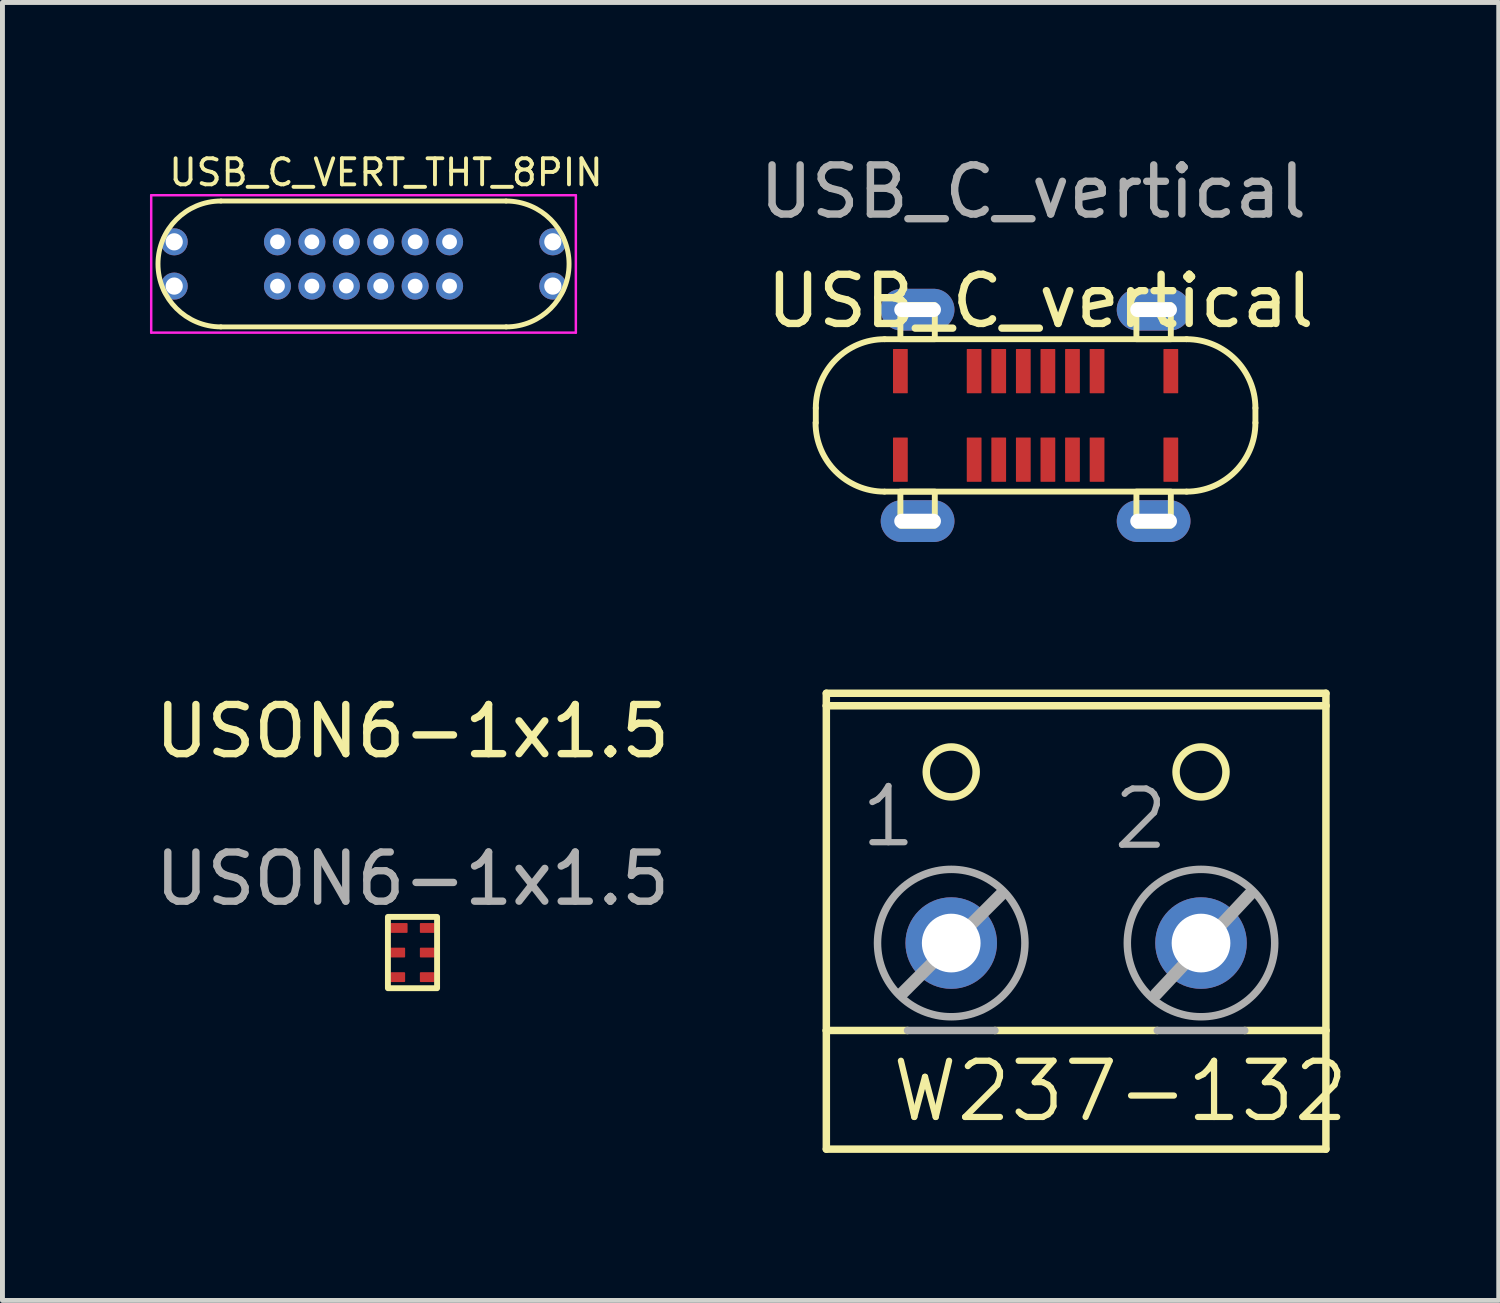
<source format=kicad_pcb>
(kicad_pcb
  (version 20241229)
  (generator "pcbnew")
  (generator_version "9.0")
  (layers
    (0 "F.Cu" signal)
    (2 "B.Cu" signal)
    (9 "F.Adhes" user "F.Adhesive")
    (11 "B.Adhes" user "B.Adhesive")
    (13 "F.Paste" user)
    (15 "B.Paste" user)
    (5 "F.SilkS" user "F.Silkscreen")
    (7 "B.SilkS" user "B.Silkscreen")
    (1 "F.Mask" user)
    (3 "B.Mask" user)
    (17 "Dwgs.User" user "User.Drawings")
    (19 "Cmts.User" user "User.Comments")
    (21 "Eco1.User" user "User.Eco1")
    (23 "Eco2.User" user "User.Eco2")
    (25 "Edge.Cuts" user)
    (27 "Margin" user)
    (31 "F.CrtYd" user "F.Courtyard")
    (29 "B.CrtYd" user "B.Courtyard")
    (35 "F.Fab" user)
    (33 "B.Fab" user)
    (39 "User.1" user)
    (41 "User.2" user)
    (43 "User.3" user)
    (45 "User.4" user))
  (footprint "USB_C_vertical"
    (layer "F.Cu")
    (at 18.011 5.398)
    (property "Reference" "USB_C_vertical" (at 0.1 -2.325 0) (unlocked yes) (layer "F.SilkS") (effects (font (size 1 1) (thickness 0.15))))
    (attr smd)
    (fp_line (start -4.47 -0.15) (end -4.47 0.15) (stroke (width 0.12) (type solid)) (layer "F.SilkS"))
    (fp_line (start -3.07 -1.55) (end 3.07 -1.55) (stroke (width 0.12) (type solid)) (layer "F.SilkS"))
    (fp_line (start -3.07 1.55) (end 3.07 1.55) (stroke (width 0.12) (type solid)) (layer "F.SilkS"))
    (fp_line (start 4.47 -0.15) (end 4.47 0.15) (stroke (width 0.12) (type solid)) (layer "F.SilkS"))
    (fp_rect (start -2.75 1.55) (end -2.05 2.245) (stroke (width 0.12) (type solid)) (fill no) (layer "F.SilkS"))
    (fp_rect (start -2.05 -1.55) (end -2.75 -2.245) (stroke (width 0.12) (type solid)) (fill no) (layer "F.SilkS"))
    (fp_rect (start 2.05 1.55) (end 2.75 2.245) (stroke (width 0.12) (type solid)) (fill no) (layer "F.SilkS"))
    (fp_rect (start 2.75 -1.55) (end 2.05 -2.245) (stroke (width 0.12) (type solid)) (fill no) (layer "F.SilkS"))
    (fp_arc (start -4.47 -0.15) (mid -4.059949 -1.139949) (end -3.07 -1.55) (stroke (width 0.12) (type solid)) (layer "F.SilkS"))
    (fp_arc (start -3.075 1.55) (mid -4.064949 1.139949) (end -4.475 0.15) (stroke (width 0.12) (type solid)) (layer "F.SilkS"))
    (fp_arc (start 3.07 -1.55) (mid 4.059949 -1.139949) (end 4.47 -0.15) (stroke (width 0.12) (type solid)) (layer "F.SilkS"))
    (fp_arc (start 4.47 0.15) (mid 4.059949 1.139949) (end 3.07 1.55) (stroke (width 0.12) (type solid)) (layer "F.SilkS"))
    (fp_text user "${REFERENCE}" (at -0.05 -4.55 0) (unlocked yes) (layer "F.Fab") (effects (font (size 1 1) (thickness 0.15))))
    (pad "0" thru_hole oval (at -2.4 -2.15 180) (size 1.5 0.85) (drill oval 0.95 0.3) (layers "*.Cu" "*.Mask"))
    (pad "0" thru_hole oval (at -2.4 2.15 180) (size 1.5 0.85) (drill oval 0.95 0.3) (layers "*.Cu" "*.Mask"))
    (pad "0" thru_hole oval (at 2.4 -2.15 180) (size 1.5 0.85) (drill oval 0.95 0.3) (layers "*.Cu" "*.Mask"))
    (pad "0" thru_hole oval (at 2.4 2.15 180) (size 1.5 0.85) (drill oval 0.95 0.3) (layers "*.Cu" "*.Mask"))
    (pad "A1" smd roundrect (at -2.75 -0.9 90) (size 0.9 0.3) (layers "F.Cu" "F.Mask" "F.Paste") (roundrect_rratio 0.033))
    (pad "A4" smd roundrect (at -1.25 -0.9 90) (size 0.9 0.3) (layers "F.Cu" "F.Mask" "F.Paste") (roundrect_rratio 0.033))
    (pad "A5" smd roundrect (at -0.75 -0.9 90) (size 0.9 0.3) (layers "F.Cu" "F.Mask" "F.Paste") (roundrect_rratio 0.033))
    (pad "A6" smd roundrect (at -0.25 -0.9 90) (size 0.9 0.3) (layers "F.Cu" "F.Mask" "F.Paste") (roundrect_rratio 0.033))
    (pad "A7" smd roundrect (at 0.25 -0.9 90) (size 0.9 0.3) (layers "F.Cu" "F.Mask" "F.Paste") (roundrect_rratio 0.033))
    (pad "A8" smd roundrect (at 0.75 -0.9 90) (size 0.9 0.3) (layers "F.Cu" "F.Mask" "F.Paste") (roundrect_rratio 0.033))
    (pad "A9" smd roundrect (at 1.25 -0.9 90) (size 0.9 0.3) (layers "F.Cu" "F.Mask" "F.Paste") (roundrect_rratio 0.033))
    (pad "A12" smd roundrect (at 2.75 -0.9 90) (size 0.9 0.3) (layers "F.Cu" "F.Mask" "F.Paste") (roundrect_rratio 0.033))
    (pad "B1" smd roundrect (at 2.75 0.9 90) (size 0.9 0.3) (layers "F.Cu" "F.Mask" "F.Paste") (roundrect_rratio 0.033))
    (pad "B4" smd roundrect (at 1.25 0.9 90) (size 0.9 0.3) (layers "F.Cu" "F.Mask" "F.Paste") (roundrect_rratio 0.033))
    (pad "B5" smd roundrect (at 0.75 0.9 90) (size 0.9 0.3) (layers "F.Cu" "F.Mask" "F.Paste") (roundrect_rratio 0.033))
    (pad "B6" smd roundrect (at 0.25 0.9 90) (size 0.9 0.3) (layers "F.Cu" "F.Mask" "F.Paste") (roundrect_rratio 0.033))
    (pad "B7" smd roundrect (at -0.25 0.9 90) (size 0.9 0.3) (layers "F.Cu" "F.Mask" "F.Paste") (roundrect_rratio 0.033))
    (pad "B8" smd roundrect (at -0.75 0.9 90) (size 0.9 0.3) (layers "F.Cu" "F.Mask" "F.Paste") (roundrect_rratio 0.033))
    (pad "B9" smd roundrect (at -1.25 0.9 90) (size 0.9 0.3) (layers "F.Cu" "F.Mask" "F.Paste") (roundrect_rratio 0.033))
    (pad "B12" smd roundrect (at -2.75 0.9 90) (size 0.9 0.3) (layers "F.Cu" "F.Mask" "F.Paste") (roundrect_rratio 0.033)))
  (footprint "USON6-1x1.5"
    (layer "F.Cu")
    (at 5.339 16.322)
    (property "Reference" "USON6-1x1.5" (at 0 -4.5 0) (unlocked yes) (layer "F.SilkS") (effects (font (size 1 1) (thickness 0.15))))
    (attr smd)
    (fp_rect (start 0.5 -0.725) (end -0.5 0.725) (stroke (width 0.12) (type solid)) (fill no) (layer "F.SilkS"))
    (fp_text user "${REFERENCE}" (at 0 -1.5 0) (unlocked yes) (layer "F.Fab") (effects (font (size 1 1) (thickness 0.15))))
    (pad "1" smd roundrect (at -0.275 -0.5) (size 0.35 0.2) (layers "F.Cu" "F.Mask" "F.Paste") (roundrect_rratio 0.085))
    (pad "2" smd roundrect (at -0.3 0) (size 0.3 0.2) (layers "F.Cu" "F.Mask" "F.Paste") (roundrect_rratio 0.085))
    (pad "3" smd roundrect (at -0.3 0.5) (size 0.3 0.2) (layers "F.Cu" "F.Mask" "F.Paste") (roundrect_rratio 0.085))
    (pad "4" smd roundrect (at 0.3 0.5) (size 0.3 0.2) (layers "F.Cu" "F.Mask" "F.Paste") (roundrect_rratio 0.085))
    (pad "5" smd roundrect (at 0.3 0) (size 0.3 0.2) (layers "F.Cu" "F.Mask" "F.Paste") (roundrect_rratio 0.085))
    (pad "6" smd roundrect (at 0.3 -0.5) (size 0.3 0.2) (layers "F.Cu" "F.Mask" "F.Paste") (roundrect_rratio 0.085)))
  (footprint "USB_C_VERT_THT_8PIN"
    (layer "F.Cu")
    (at 4.343 2.318)
    (property "Reference" "USB_C_VERT_THT_8PIN" (at -4 -1.55 0) (layer "F.SilkS") (effects (font (size 0.53 0.53) (thickness 0.079)) (justify left bottom)))
    (fp_line (start -2.9 -1.28) (end 2.9 -1.28) (stroke (width 0.1) (type solid)) (layer "F.SilkS"))
    (fp_line (start -2.9 1.28) (end 2.9 1.28) (stroke (width 0.1) (type solid)) (layer "F.SilkS"))
    (fp_arc (start -2.9 1.28) (mid -4.18 0) (end -2.9 -1.28) (stroke (width 0.1) (type solid)) (layer "F.SilkS"))
    (fp_arc (start 2.9 -1.28) (mid 4.18 0) (end 2.9 1.28) (stroke (width 0.1) (type solid)) (layer "F.SilkS"))
    (fp_line (start -4.318 -1.397) (end 4.318 -1.397) (stroke (width 0.05) (type solid)) (layer "F.CrtYd"))
    (fp_line (start -4.318 1.397) (end -4.318 -1.397) (stroke (width 0.05) (type solid)) (layer "F.CrtYd"))
    (fp_line (start 4.318 -1.397) (end 4.318 1.397) (stroke (width 0.05) (type solid)) (layer "F.CrtYd"))
    (fp_line (start 4.318 1.397) (end -4.318 1.397) (stroke (width 0.05) (type solid)) (layer "F.CrtYd"))
    (pad "A1" thru_hole circle (at -3.85 -0.45 270) (size 0.55 0.55) (drill 0.35) (layers "*.Cu" "*.Mask"))
    (pad "A4" thru_hole circle (at -1.75 -0.45 270) (size 0.55 0.55) (drill 0.3) (layers "*.Cu" "*.Mask"))
    (pad "A5" thru_hole circle (at -1.05 -0.45 270) (size 0.55 0.55) (drill 0.3) (layers "*.Cu" "*.Mask"))
    (pad "A6" thru_hole circle (at -0.35 -0.45 270) (size 0.55 0.55) (drill 0.3) (layers "*.Cu" "*.Mask"))
    (pad "A7" thru_hole circle (at 0.35 -0.45 270) (size 0.55 0.55) (drill 0.3) (layers "*.Cu" "*.Mask"))
    (pad "A8" thru_hole circle (at 1.05 -0.45 270) (size 0.55 0.55) (drill 0.3) (layers "*.Cu" "*.Mask"))
    (pad "A9" thru_hole circle (at 1.75 -0.45 270) (size 0.55 0.55) (drill 0.3) (layers "*.Cu" "*.Mask"))
    (pad "A12" thru_hole circle (at 3.85 -0.45 270) (size 0.55 0.55) (drill 0.35) (layers "*.Cu" "*.Mask"))
    (pad "B1" thru_hole circle (at 3.85 0.45 90) (size 0.55 0.55) (drill 0.35) (layers "*.Cu" "*.Mask"))
    (pad "B4" thru_hole circle (at 1.75 0.45 90) (size 0.55 0.55) (drill 0.3) (layers "*.Cu" "*.Mask"))
    (pad "B5" thru_hole circle (at 1.05 0.45 90) (size 0.55 0.55) (drill 0.3) (layers "*.Cu" "*.Mask"))
    (pad "B6" thru_hole circle (at 0.35 0.45 90) (size 0.55 0.55) (drill 0.3) (layers "*.Cu" "*.Mask"))
    (pad "B7" thru_hole circle (at -0.35 0.45 90) (size 0.55 0.55) (drill 0.3) (layers "*.Cu" "*.Mask"))
    (pad "B8" thru_hole circle (at -1.05 0.45 90) (size 0.55 0.55) (drill 0.3) (layers "*.Cu" "*.Mask"))
    (pad "B9" thru_hole circle (at -1.75 0.45 90) (size 0.55 0.55) (drill 0.3) (layers "*.Cu" "*.Mask"))
    (pad "B12" thru_hole circle (at -3.85 0.45 90) (size 0.55 0.55) (drill 0.35) (layers "*.Cu" "*.Mask")))
  (footprint "W237-132"
    (layer "F.Cu")
    (at 18.835 15.494)
    (property "Reference" "W237-132" (at -3.81 4.318 0) (layer "F.SilkS") (effects (font (size 1.143 1.143) (thickness 0.127)) (justify left bottom)))
    (fp_line (start -5.08 -4.445) (end 5.08 -4.445) (stroke (width 0.152) (type solid)) (layer "F.SilkS"))
    (fp_line (start -5.08 -4.191) (end -5.08 -4.445) (stroke (width 0.152) (type solid)) (layer "F.SilkS"))
    (fp_line (start -5.08 -4.191) (end -5.08 2.413) (stroke (width 0.152) (type solid)) (layer "F.SilkS"))
    (fp_line (start -5.08 -4.191) (end 5.08 -4.191) (stroke (width 0.152) (type solid)) (layer "F.SilkS"))
    (fp_line (start -5.08 2.413) (end -5.08 4.826) (stroke (width 0.152) (type solid)) (layer "F.SilkS"))
    (fp_line (start -5.08 2.413) (end -3.429 2.413) (stroke (width 0.152) (type solid)) (layer "F.SilkS"))
    (fp_line (start -1.651 2.413) (end 1.651 2.413) (stroke (width 0.152) (type solid)) (layer "F.SilkS"))
    (fp_line (start 3.429 2.413) (end 5.08 2.413) (stroke (width 0.152) (type solid)) (layer "F.SilkS"))
    (fp_line (start 5.08 -4.191) (end 5.08 -4.445) (stroke (width 0.152) (type solid)) (layer "F.SilkS"))
    (fp_line (start 5.08 2.413) (end 5.08 -4.191) (stroke (width 0.152) (type solid)) (layer "F.SilkS"))
    (fp_line (start 5.08 4.826) (end -5.08 4.826) (stroke (width 0.152) (type solid)) (layer "F.SilkS"))
    (fp_line (start 5.08 4.826) (end 5.08 2.413) (stroke (width 0.152) (type solid)) (layer "F.SilkS"))
    (fp_circle (center -2.54 -2.845) (end -2.032 -2.845) (stroke (width 0.152) (type solid)) (fill no) (layer "F.SilkS"))
    (fp_circle (center 2.54 -2.845) (end 3.048 -2.845) (stroke (width 0.152) (type solid)) (fill no) (layer "F.SilkS"))
    (fp_line (start -3.531 1.651) (end -1.524 -0.356) (stroke (width 0.254) (type solid)) (layer "F.Fab"))
    (fp_line (start -3.429 2.413) (end -1.651 2.413) (stroke (width 0.152) (type solid)) (layer "F.Fab"))
    (fp_line (start 1.626 1.676) (end 3.531 -0.356) (stroke (width 0.254) (type solid)) (layer "F.Fab"))
    (fp_line (start 1.651 2.413) (end 3.429 2.413) (stroke (width 0.152) (type solid)) (layer "F.Fab"))
    (fp_circle (center -2.54 0.635) (end -1.041 0.635) (stroke (width 0.152) (type solid)) (fill no) (layer "F.Fab"))
    (fp_circle (center 2.54 0.635) (end 4.039 0.635) (stroke (width 0.152) (type solid)) (fill no) (layer "F.Fab"))
    (fp_text user "1" (at -4.445 -1.27 0) (layer "F.Fab") (effects (font (size 1.143 1.143) (thickness 0.127)) (justify left bottom)))
    (fp_text user "2" (at 0.686 -1.219 0) (layer "F.Fab") (effects (font (size 1.143 1.143) (thickness 0.127)) (justify left bottom)))
    (pad "1" thru_hole circle (at -2.54 0.635 90) (size 1.862 1.862) (drill 1.194) (layers "*.Cu" "*.Mask"))
    (pad "2" thru_hole circle (at 2.54 0.635 90) (size 1.862 1.862) (drill 1.194) (layers "*.Cu" "*.Mask")))
  (gr_rect
    (start -3 -3)
    (end 27.43 23.397)
    (stroke (width 0.1) (type default))
    (fill no)
    (layer "Edge.Cuts")))
</source>
